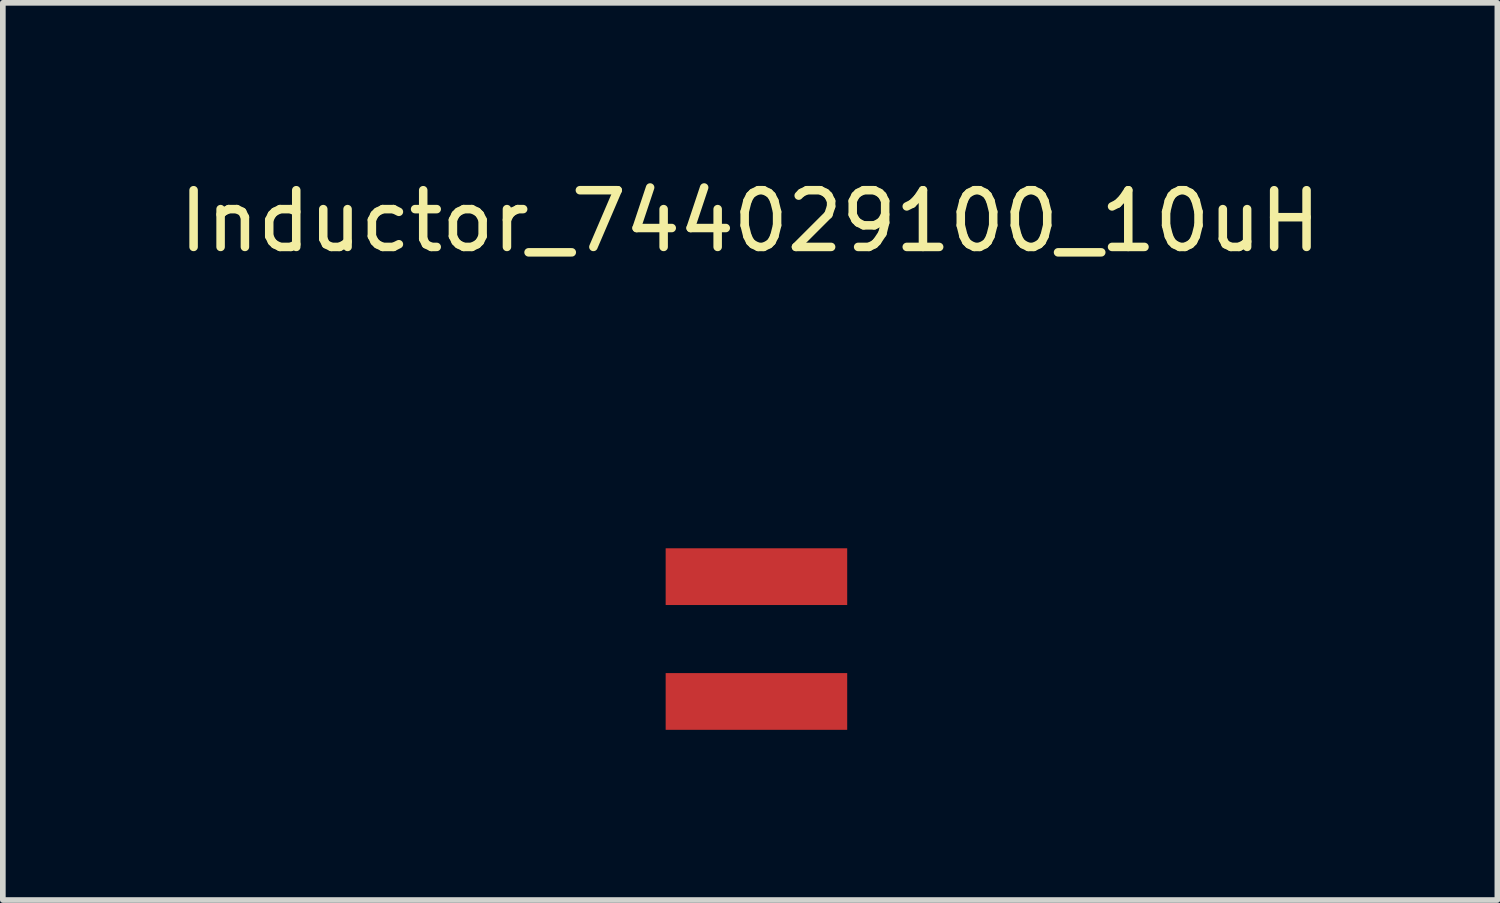
<source format=kicad_pcb>
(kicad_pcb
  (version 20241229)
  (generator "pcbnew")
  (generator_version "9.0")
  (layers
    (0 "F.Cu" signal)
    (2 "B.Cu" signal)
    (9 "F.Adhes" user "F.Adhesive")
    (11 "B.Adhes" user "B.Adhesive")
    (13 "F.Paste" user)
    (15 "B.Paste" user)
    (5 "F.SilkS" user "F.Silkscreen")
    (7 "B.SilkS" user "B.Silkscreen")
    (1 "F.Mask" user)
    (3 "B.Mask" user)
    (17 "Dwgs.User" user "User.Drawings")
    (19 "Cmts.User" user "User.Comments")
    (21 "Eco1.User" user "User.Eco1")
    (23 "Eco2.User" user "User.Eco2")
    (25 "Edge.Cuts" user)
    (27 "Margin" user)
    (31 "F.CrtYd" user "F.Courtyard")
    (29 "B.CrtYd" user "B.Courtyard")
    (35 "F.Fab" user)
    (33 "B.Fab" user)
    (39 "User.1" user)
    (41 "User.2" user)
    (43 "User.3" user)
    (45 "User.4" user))
  (footprint "Inductor_744029100_10uH"
    (layer "F.Cu")
    (at 10.284 7.115)
    (property "Reference" "Inductor_744029100_10uH" (at -0.112 -6.267 0) (layer "F.SilkS") (effects (font (size 1 1) (thickness 0.15))))
    (attr through_hole)
    (pad "1" smd rect (at 0 0) (size 3.2 1) (layers "F.Cu" "F.Mask" "F.Paste"))
    (pad "2" smd rect (at 0 2.2) (size 3.2 1) (layers "F.Cu" "F.Mask" "F.Paste")))
  (gr_rect
    (start -3 -3)
    (end 23.345 12.815)
    (stroke (width 0.1) (type default))
    (fill no)
    (layer "Edge.Cuts")))
</source>
